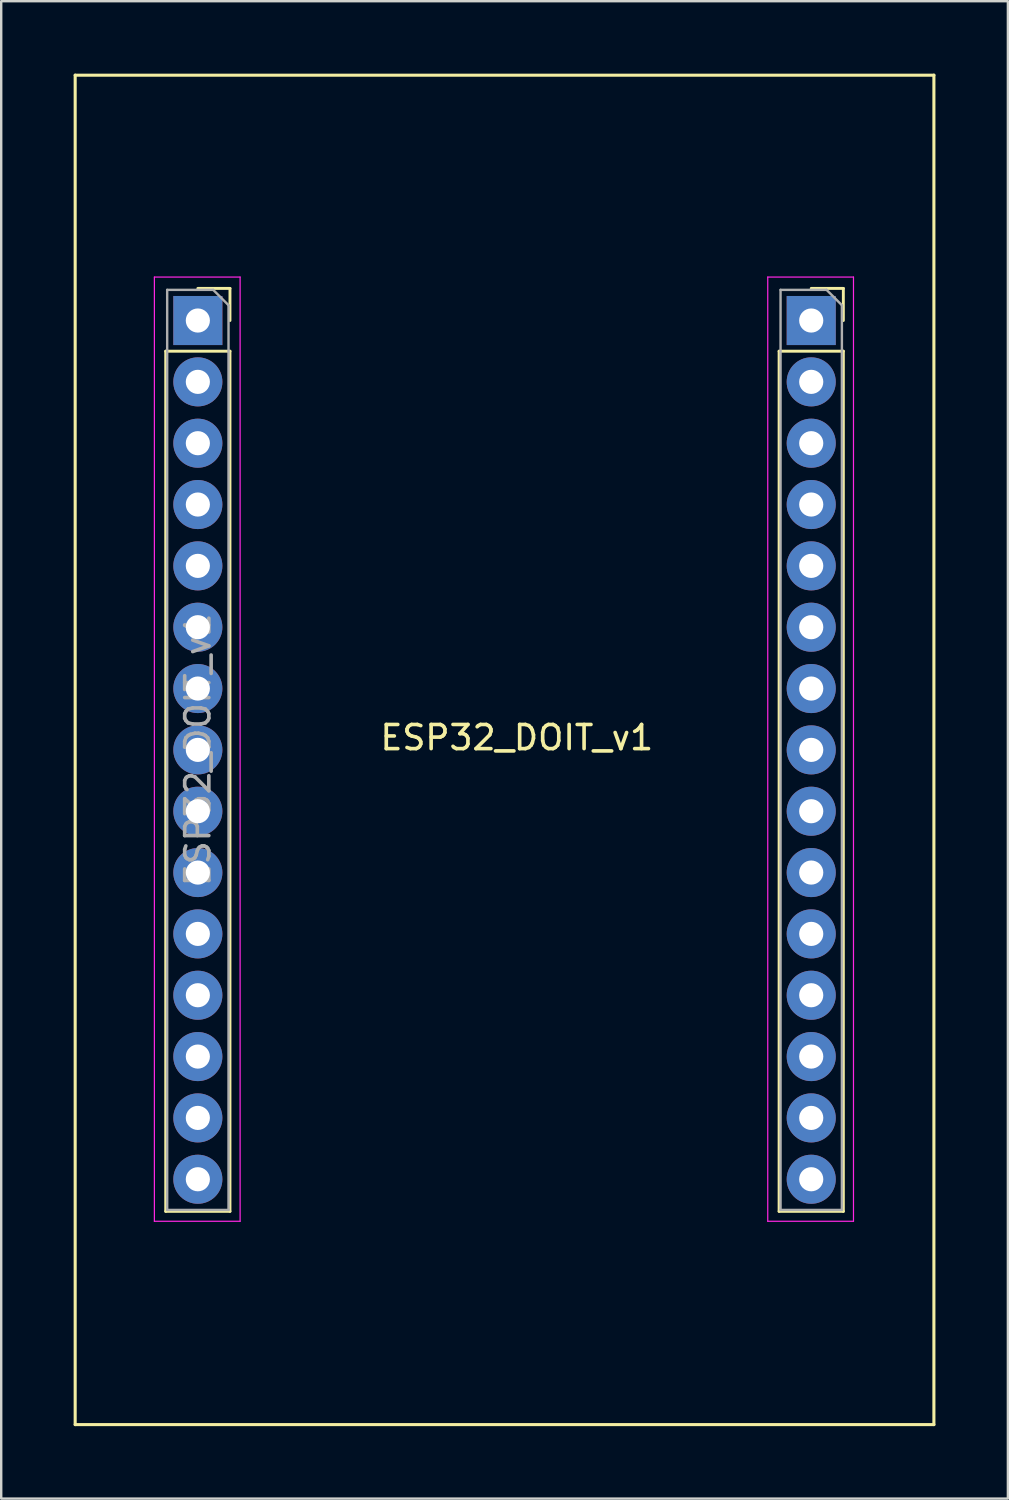
<source format=kicad_pcb>
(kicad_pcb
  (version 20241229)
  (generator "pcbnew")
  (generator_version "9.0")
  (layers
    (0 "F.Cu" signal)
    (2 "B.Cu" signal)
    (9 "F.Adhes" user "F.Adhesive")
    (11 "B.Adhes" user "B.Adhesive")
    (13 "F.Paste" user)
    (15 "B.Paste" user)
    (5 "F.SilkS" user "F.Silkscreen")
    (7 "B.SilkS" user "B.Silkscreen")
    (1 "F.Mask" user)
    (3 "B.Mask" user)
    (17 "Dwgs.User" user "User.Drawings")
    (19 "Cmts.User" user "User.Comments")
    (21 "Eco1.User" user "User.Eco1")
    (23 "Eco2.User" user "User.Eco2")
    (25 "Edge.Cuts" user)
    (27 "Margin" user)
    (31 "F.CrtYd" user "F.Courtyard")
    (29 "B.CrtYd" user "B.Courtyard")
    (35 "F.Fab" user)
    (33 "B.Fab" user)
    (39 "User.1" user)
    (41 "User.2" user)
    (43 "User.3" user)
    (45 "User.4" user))
  (footprint "ESP32_DOIT_v1"
    (layer "F.Cu")
    (at 17.843 28.003)
    (property "Reference" "ESP32_DOIT_v1" (at 0.508 -0.508 0) (layer "F.SilkS") (effects (font (size 1 1) (thickness 0.15))))
    (attr through_hole)
    (fp_line (start -17.78 -27.94) (end 17.78 -27.94) (stroke (width 0.127) (type solid)) (layer "F.SilkS"))
    (fp_line (start -17.78 27.94) (end -17.78 -27.94) (stroke (width 0.127) (type solid)) (layer "F.SilkS"))
    (fp_line (start -14.03 -16.51) (end -14.03 19.11) (stroke (width 0.12) (type solid)) (layer "F.SilkS"))
    (fp_line (start -14.03 -16.51) (end -11.37 -16.51) (stroke (width 0.12) (type solid)) (layer "F.SilkS"))
    (fp_line (start -14.03 19.11) (end -11.37 19.11) (stroke (width 0.12) (type solid)) (layer "F.SilkS"))
    (fp_line (start -12.7 -19.11) (end -11.37 -19.11) (stroke (width 0.12) (type solid)) (layer "F.SilkS"))
    (fp_line (start -11.37 -19.11) (end -11.37 -17.78) (stroke (width 0.12) (type solid)) (layer "F.SilkS"))
    (fp_line (start -11.37 -16.51) (end -11.37 19.11) (stroke (width 0.12) (type solid)) (layer "F.SilkS"))
    (fp_line (start 11.37 -16.51) (end 11.37 19.11) (stroke (width 0.12) (type solid)) (layer "F.SilkS"))
    (fp_line (start 11.37 -16.51) (end 14.03 -16.51) (stroke (width 0.12) (type solid)) (layer "F.SilkS"))
    (fp_line (start 11.37 19.11) (end 14.03 19.11) (stroke (width 0.12) (type solid)) (layer "F.SilkS"))
    (fp_line (start 12.7 -19.11) (end 14.03 -19.11) (stroke (width 0.12) (type solid)) (layer "F.SilkS"))
    (fp_line (start 14.03 -19.11) (end 14.03 -17.78) (stroke (width 0.12) (type solid)) (layer "F.SilkS"))
    (fp_line (start 14.03 -16.51) (end 14.03 19.11) (stroke (width 0.12) (type solid)) (layer "F.SilkS"))
    (fp_line (start 17.78 -27.94) (end 17.78 27.94) (stroke (width 0.127) (type solid)) (layer "F.SilkS"))
    (fp_line (start 17.78 27.94) (end -17.78 27.94) (stroke (width 0.127) (type solid)) (layer "F.SilkS"))
    (fp_line (start -14.5 -19.58) (end -10.95 -19.58) (stroke (width 0.05) (type solid)) (layer "F.CrtYd"))
    (fp_line (start -14.5 19.52) (end -14.5 -19.58) (stroke (width 0.05) (type solid)) (layer "F.CrtYd"))
    (fp_line (start -10.95 -19.58) (end -10.95 19.52) (stroke (width 0.05) (type solid)) (layer "F.CrtYd"))
    (fp_line (start -10.95 19.52) (end -14.5 19.52) (stroke (width 0.05) (type solid)) (layer "F.CrtYd"))
    (fp_line (start 10.9 -19.58) (end 14.45 -19.58) (stroke (width 0.05) (type solid)) (layer "F.CrtYd"))
    (fp_line (start 10.9 19.52) (end 10.9 -19.58) (stroke (width 0.05) (type solid)) (layer "F.CrtYd"))
    (fp_line (start 14.45 -19.58) (end 14.45 19.52) (stroke (width 0.05) (type solid)) (layer "F.CrtYd"))
    (fp_line (start 14.45 19.52) (end 10.9 19.52) (stroke (width 0.05) (type solid)) (layer "F.CrtYd"))
    (fp_line (start -13.97 -19.05) (end -12.065 -19.05) (stroke (width 0.1) (type solid)) (layer "F.Fab"))
    (fp_line (start -13.97 19.05) (end -13.97 -19.05) (stroke (width 0.1) (type solid)) (layer "F.Fab"))
    (fp_line (start -12.065 -19.05) (end -11.43 -18.415) (stroke (width 0.1) (type solid)) (layer "F.Fab"))
    (fp_line (start -11.43 -18.415) (end -11.43 19.05) (stroke (width 0.1) (type solid)) (layer "F.Fab"))
    (fp_line (start -11.43 19.05) (end -13.97 19.05) (stroke (width 0.1) (type solid)) (layer "F.Fab"))
    (fp_line (start 11.43 -19.05) (end 13.335 -19.05) (stroke (width 0.1) (type solid)) (layer "F.Fab"))
    (fp_line (start 11.43 19.05) (end 11.43 -19.05) (stroke (width 0.1) (type solid)) (layer "F.Fab"))
    (fp_line (start 13.335 -19.05) (end 13.97 -18.415) (stroke (width 0.1) (type solid)) (layer "F.Fab"))
    (fp_line (start 13.97 -18.415) (end 13.97 19.05) (stroke (width 0.1) (type solid)) (layer "F.Fab"))
    (fp_line (start 13.97 19.05) (end 11.43 19.05) (stroke (width 0.1) (type solid)) (layer "F.Fab"))
    (fp_text user "${REFERENCE}" (at -12.7 0 90) (layer "F.Fab") (effects (font (size 1 1) (thickness 0.15))))
    (pad "1" thru_hole rect (at -12.7 -17.78) (size 2.032 2.032) (drill 1) (layers "*.Cu" "*.Mask"))
    (pad "2" thru_hole oval (at -12.7 -15.24) (size 2.032 2.032) (drill 1) (layers "*.Cu" "*.Mask"))
    (pad "3" thru_hole oval (at -12.7 -12.7) (size 2.032 2.032) (drill 1) (layers "*.Cu" "*.Mask"))
    (pad "4" thru_hole oval (at -12.7 -10.16) (size 2.032 2.032) (drill 1) (layers "*.Cu" "*.Mask"))
    (pad "5" thru_hole oval (at -12.7 -7.62) (size 2.032 2.032) (drill 1) (layers "*.Cu" "*.Mask"))
    (pad "6" thru_hole oval (at -12.7 -5.08) (size 2.032 2.032) (drill 1) (layers "*.Cu" "*.Mask"))
    (pad "7" thru_hole oval (at -12.7 -2.54) (size 2.032 2.032) (drill 1) (layers "*.Cu" "*.Mask"))
    (pad "8" thru_hole oval (at -12.7 0) (size 2.032 2.032) (drill 1) (layers "*.Cu" "*.Mask"))
    (pad "9" thru_hole oval (at -12.7 2.54) (size 2.032 2.032) (drill 1) (layers "*.Cu" "*.Mask"))
    (pad "10" thru_hole oval (at -12.7 5.08) (size 2.032 2.032) (drill 1) (layers "*.Cu" "*.Mask"))
    (pad "11" thru_hole oval (at -12.7 7.62) (size 2.032 2.032) (drill 1) (layers "*.Cu" "*.Mask"))
    (pad "12" thru_hole oval (at -12.7 10.16) (size 2.032 2.032) (drill 1) (layers "*.Cu" "*.Mask"))
    (pad "13" thru_hole oval (at -12.7 12.7) (size 2.032 2.032) (drill 1) (layers "*.Cu" "*.Mask"))
    (pad "14" thru_hole oval (at -12.7 15.24) (size 2.032 2.032) (drill 1) (layers "*.Cu" "*.Mask"))
    (pad "15" thru_hole oval (at -12.7 17.78) (size 2.032 2.032) (drill 1) (layers "*.Cu" "*.Mask"))
    (pad "16" thru_hole oval (at 12.7 17.78) (size 2.032 2.032) (drill 1) (layers "*.Cu" "*.Mask"))
    (pad "17" thru_hole oval (at 12.7 15.24) (size 2.032 2.032) (drill 1) (layers "*.Cu" "*.Mask"))
    (pad "18" thru_hole oval (at 12.7 12.7) (size 2.032 2.032) (drill 1) (layers "*.Cu" "*.Mask"))
    (pad "19" thru_hole oval (at 12.7 10.16) (size 2.032 2.032) (drill 1) (layers "*.Cu" "*.Mask"))
    (pad "20" thru_hole oval (at 12.7 7.62) (size 2.032 2.032) (drill 1) (layers "*.Cu" "*.Mask"))
    (pad "21" thru_hole oval (at 12.7 5.08) (size 2.032 2.032) (drill 1) (layers "*.Cu" "*.Mask"))
    (pad "22" thru_hole oval (at 12.7 2.54) (size 2.032 2.032) (drill 1) (layers "*.Cu" "*.Mask"))
    (pad "23" thru_hole oval (at 12.7 0) (size 2.032 2.032) (drill 1) (layers "*.Cu" "*.Mask"))
    (pad "24" thru_hole oval (at 12.7 -2.54) (size 2.032 2.032) (drill 1) (layers "*.Cu" "*.Mask"))
    (pad "25" thru_hole oval (at 12.7 -5.08) (size 2.032 2.032) (drill 1) (layers "*.Cu" "*.Mask"))
    (pad "26" thru_hole oval (at 12.7 -7.62) (size 2.032 2.032) (drill 1) (layers "*.Cu" "*.Mask"))
    (pad "27" thru_hole oval (at 12.7 -10.16) (size 2.032 2.032) (drill 1) (layers "*.Cu" "*.Mask"))
    (pad "28" thru_hole oval (at 12.7 -12.7) (size 2.032 2.032) (drill 1) (layers "*.Cu" "*.Mask"))
    (pad "29" thru_hole oval (at 12.7 -15.24) (size 2.032 2.032) (drill 1) (layers "*.Cu" "*.Mask"))
    (pad "30" thru_hole rect (at 12.7 -17.78) (size 2.032 2.032) (drill 1) (layers "*.Cu" "*.Mask")))
  (gr_rect
    (start -3 -3)
    (end 38.687 59.007)
    (stroke (width 0.1) (type default))
    (fill no)
    (layer "Edge.Cuts")))
</source>
